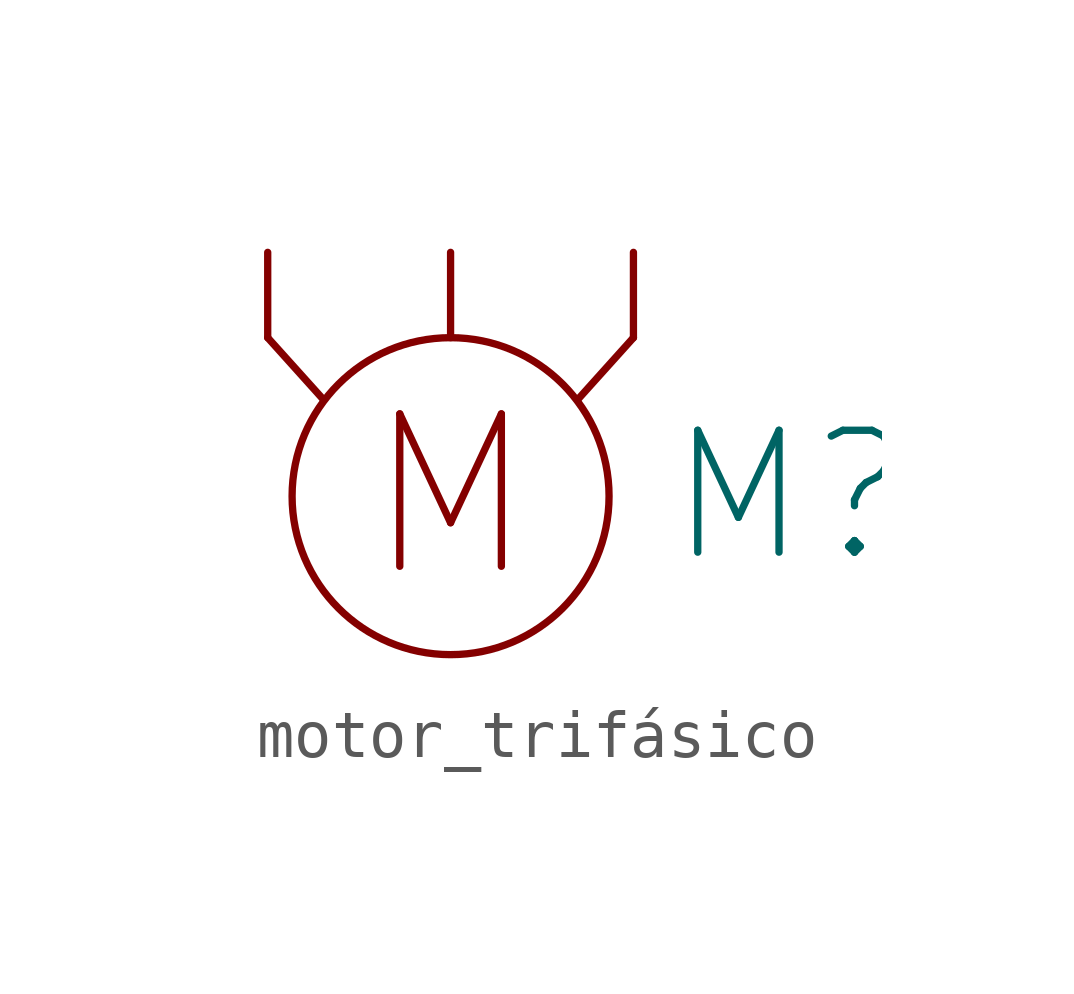
<source format=kicad_sym>
(kicad_symbol_lib
  (version 20220914)
  (generator kicad_symbol_editor)
  (symbol "motor_trifásico"
    (pin_names
      (offset 1.016))
    (property "Reference" "M"
      (at 4.445 -5.08 0)
      (effects (font (size 2.54 2.54)) (justify left)))
    (symbol "motor_trifásico_0_0"
      (text "M" (at 0 -5.08 0) (effects (font (size 3.175 3.175)))))
    (symbol "motor_trifásico_0_1"
      (circle (center 0 -5.08) (radius 3.302) (stroke (width 0) (type default)) (fill (type none)))
      (polyline (pts (xy -3.81 -1.778) (xy -2.667 -3.048)) (stroke (width 0) (type default)) (fill (type none)))
      (polyline (pts (xy 3.81 -1.778) (xy 2.667 -3.048)) (stroke (width 0) (type default)) (fill (type none))))
    (symbol "motor_trifásico_1_1"
      (pin input line (at -3.81 0 270) (length 1.778) (name "" (effects (font (size 1.27 1.27)))) (number "" (effects (font (size 1.143 1.143)))))
      (pin input line (at 0 0 270) (length 1.778) (name "" (effects (font (size 1.27 1.27)))) (number "" (effects (font (size 1.143 1.143)))))
      (pin input line (at 3.81 0 270) (length 1.778) (name "" (effects (font (size 1.27 1.27)))) (number "" (effects (font (size 1.143 1.143))))))))
</source>
